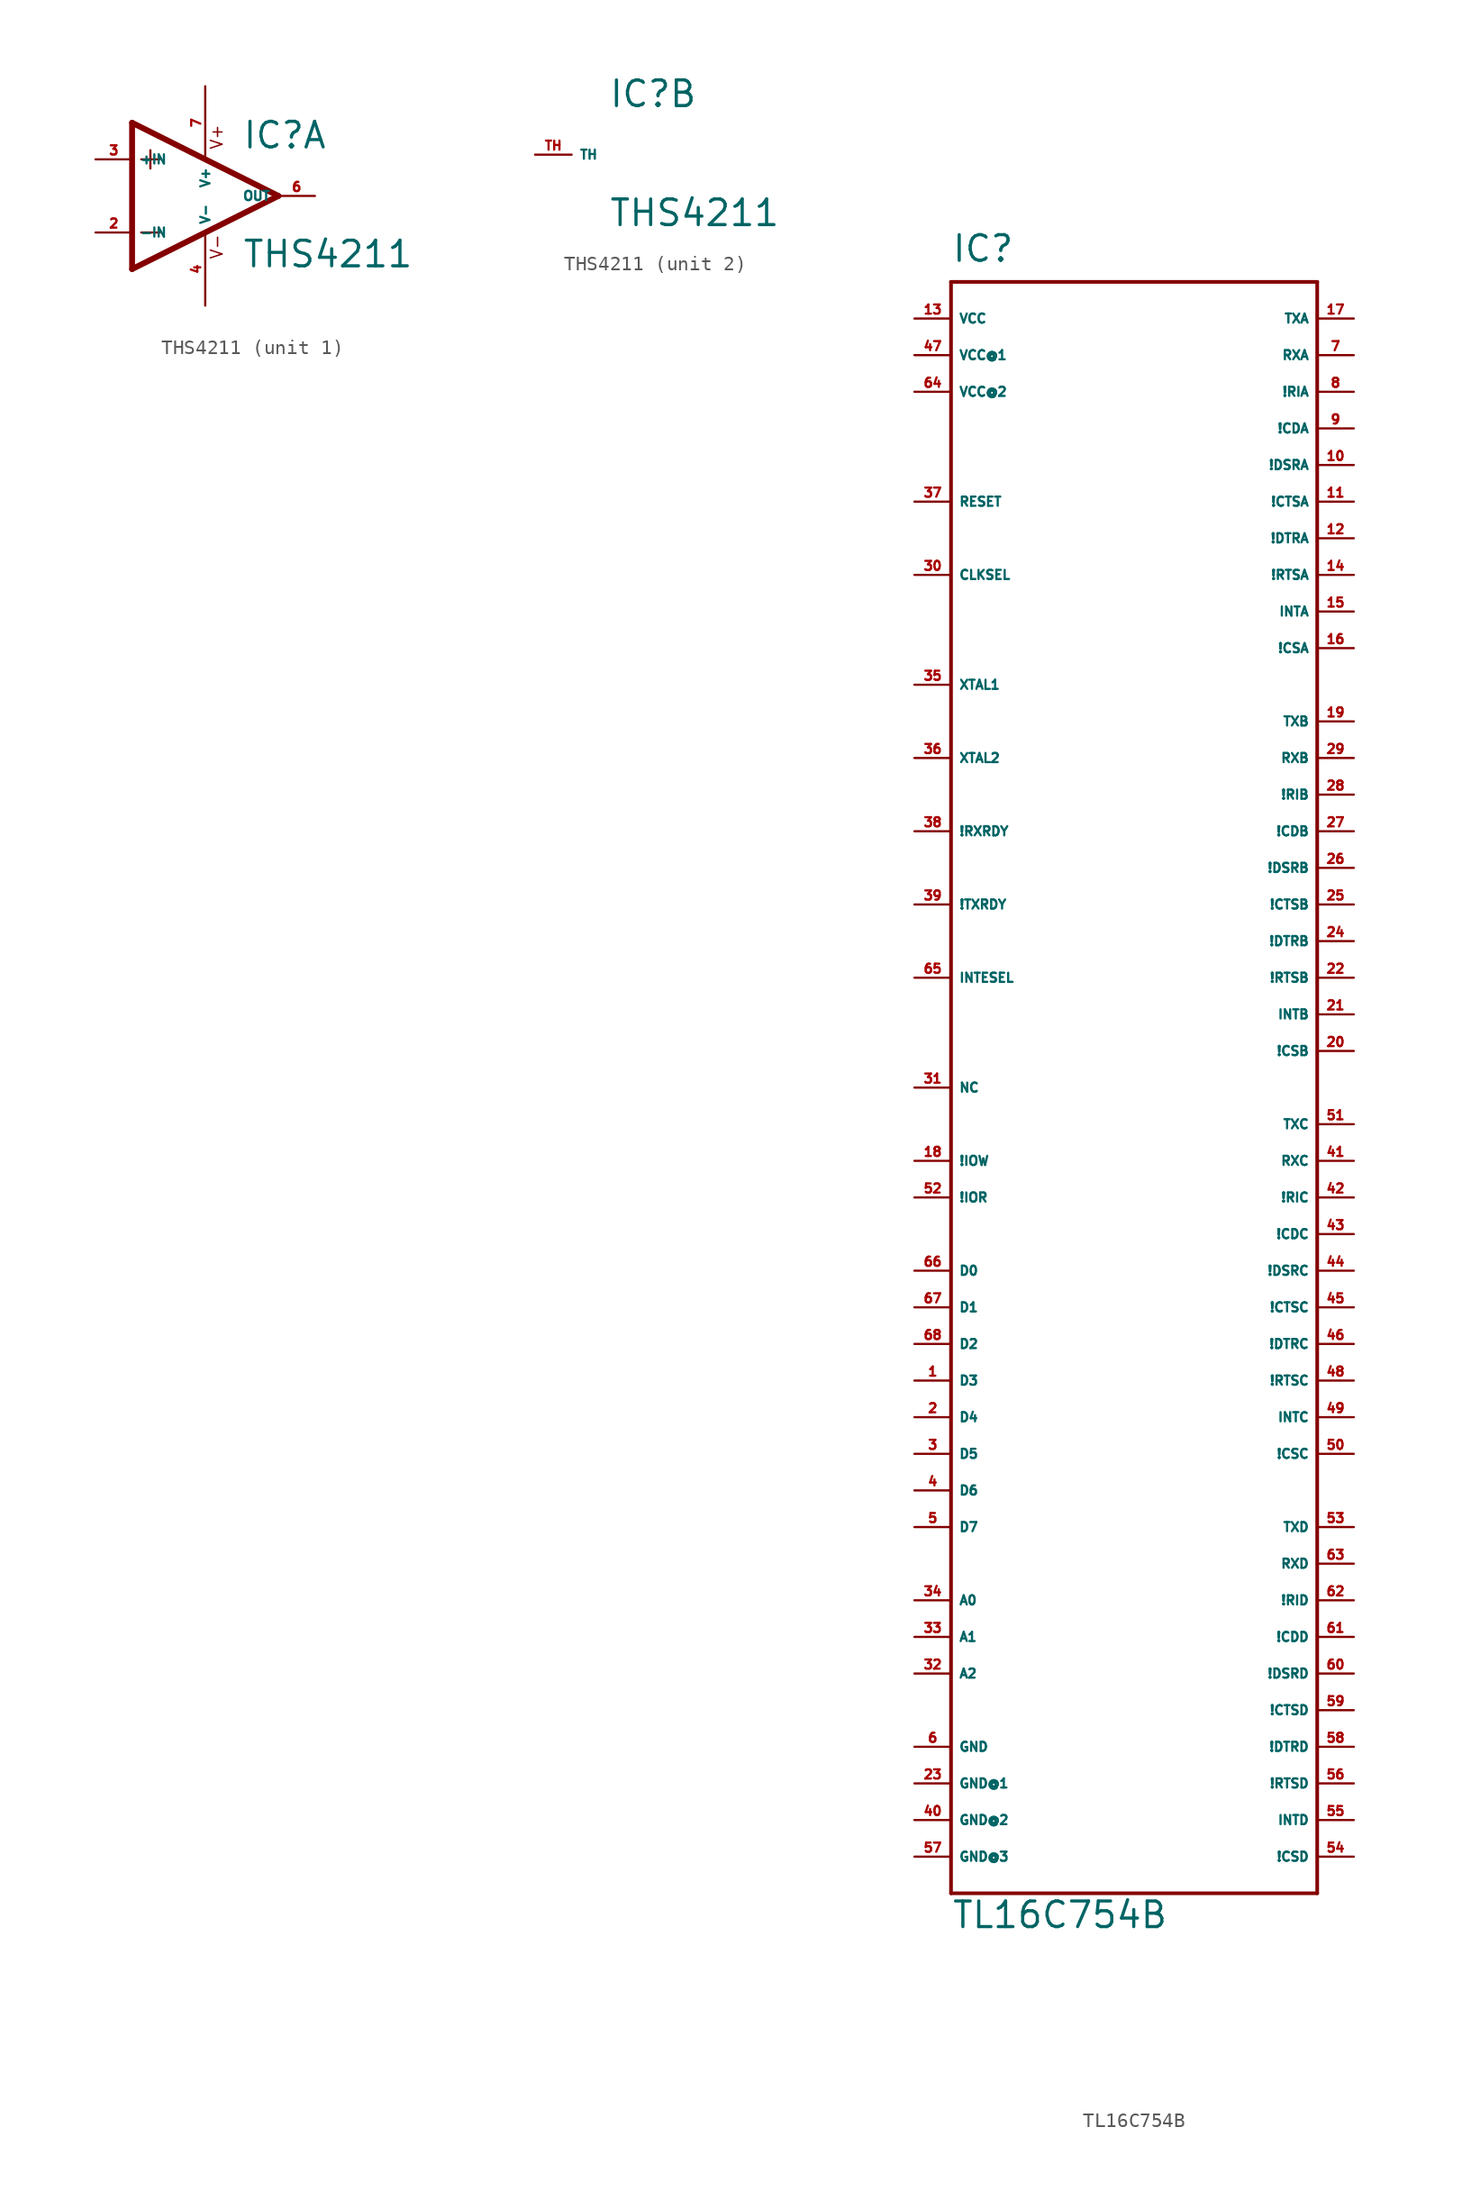
<source format=kicad_sym>
(kicad_symbol_lib
  (version 20220914)
  (generator Eagle2Kicad)
  (symbol "THS4211"
    (property "Reference" "IC"
      (at 2.54 3.175 0)
      (effects (font (size 1.778 1.778) (thickness 0.22)) (justify left bottom)))
    (property "Value" "THS4211"
      (at 2.54 -5.08 0)
      (effects (font (size 1.778 1.778) (thickness 0.22)) (justify left bottom)))
    (symbol "THS4211_1_0"
      (polyline (pts (xy -5.08 5.08) (xy -5.08 -5.08)) (stroke (width 0.406) (type default)) (fill (type none)))
      (polyline (pts (xy -5.08 -5.08) (xy 5.08 0)) (stroke (width 0.406) (type default)) (fill (type none)))
      (polyline (pts (xy 5.08 0) (xy -5.08 5.08)) (stroke (width 0.406) (type default)) (fill (type none)))
      (polyline (pts (xy -3.81 3.175) (xy -3.81 1.905)) (stroke (width 0.152) (type default)) (fill (type none)))
      (polyline (pts (xy -4.445 2.54) (xy -3.175 2.54)) (stroke (width 0.152) (type default)) (fill (type none)))
      (polyline (pts (xy -4.445 -2.54) (xy -3.175 -2.54)) (stroke (width 0.152) (type default)) (fill (type none)))
      (text "V+" (at 1.27 3.175 900) (effects (font (size 0.813 0.813) (thickness 0.10)) (justify left bottom)))
      (text "V-" (at 1.27 -4.445 900) (effects (font (size 0.813 0.813) (thickness 0.10)) (justify left bottom)))
      (pin input line (at -7.62 -2.54 0) (length 2.54) (name "-IN" (effects (font (size 0.635 0.635) (thickness 0.08)) (justify left bottom))) (number "2" (effects (font (size 0.635 0.635) (thickness 0.08)) (justify left bottom))))
      (pin input line (at -7.62 2.54 0) (length 2.54) (name "+IN" (effects (font (size 0.635 0.635) (thickness 0.08)) (justify left bottom))) (number "3" (effects (font (size 0.635 0.635) (thickness 0.08)) (justify left bottom))))
      (pin output line (at 7.62 0 180) (length 2.54) (name "OUT" (effects (font (size 0.635 0.635) (thickness 0.08)) (justify left bottom))) (number "6" (effects (font (size 0.635 0.635) (thickness 0.08)) (justify left bottom))))
      (pin unspecified line (at 0 7.62 270) (length 5.08) (name "V+" (effects (font (size 0.635 0.635) (thickness 0.08)) (justify left bottom))) (number "7" (effects (font (size 0.635 0.635) (thickness 0.08)) (justify left bottom))))
      (pin unspecified line (at 0 -7.62 90) (length 5.08) (name "V-" (effects (font (size 0.635 0.635) (thickness 0.08)) (justify left bottom))) (number "4" (effects (font (size 0.635 0.635) (thickness 0.08)) (justify left bottom)))))
    (symbol "THS4211_2_0"
      (pin passive line (at -2.54 0 0) (length 2.54) (name "TH" (effects (font (size 0.635 0.635) (thickness 0.08)) (justify left bottom))) (number "TH" (effects (font (size 0.635 0.635) (thickness 0.08)) (justify left bottom))))))
  (symbol "TL16C754B"
    (property "Reference" "IC"
      (at -12.7 54.61 0)
      (effects (font (size 1.778 1.778) (thickness 0.22)) (justify left bottom)))
    (property "Value" "TL16C754B"
      (at -12.7 -60.96 0)
      (effects (font (size 1.778 1.778) (thickness 0.22)) (justify left bottom)))
    (polyline
      (pts (xy -12.7 53.34) (xy 12.7 53.34))
      (stroke (width 0.254) (type default))
      (fill (type none)))
    (polyline
      (pts (xy 12.7 53.34) (xy 12.7 -58.42))
      (stroke (width 0.254) (type default))
      (fill (type none)))
    (polyline
      (pts (xy 12.7 -58.42) (xy -12.7 -58.42))
      (stroke (width 0.254) (type default))
      (fill (type none)))
    (polyline
      (pts (xy -12.7 -58.42) (xy -12.7 53.34))
      (stroke (width 0.254) (type default))
      (fill (type none)))
    (pin bidirectional line
      (at -15.24 -15.24 0)
      (length 2.54)
      (name "D0" (effects (font (size 0.635 0.635) (thickness 0.08)) (justify left bottom)))
      (number "66" (effects (font (size 0.635 0.635) (thickness 0.08)) (justify left bottom))))
    (pin bidirectional line
      (at -15.24 -17.78 0)
      (length 2.54)
      (name "D1" (effects (font (size 0.635 0.635) (thickness 0.08)) (justify left bottom)))
      (number "67" (effects (font (size 0.635 0.635) (thickness 0.08)) (justify left bottom))))
    (pin bidirectional line
      (at -15.24 -20.32 0)
      (length 2.54)
      (name "D2" (effects (font (size 0.635 0.635) (thickness 0.08)) (justify left bottom)))
      (number "68" (effects (font (size 0.635 0.635) (thickness 0.08)) (justify left bottom))))
    (pin bidirectional line
      (at -15.24 -22.86 0)
      (length 2.54)
      (name "D3" (effects (font (size 0.635 0.635) (thickness 0.08)) (justify left bottom)))
      (number "1" (effects (font (size 0.635 0.635) (thickness 0.08)) (justify left bottom))))
    (pin bidirectional line
      (at -15.24 -25.4 0)
      (length 2.54)
      (name "D4" (effects (font (size 0.635 0.635) (thickness 0.08)) (justify left bottom)))
      (number "2" (effects (font (size 0.635 0.635) (thickness 0.08)) (justify left bottom))))
    (pin bidirectional line
      (at -15.24 -27.94 0)
      (length 2.54)
      (name "D5" (effects (font (size 0.635 0.635) (thickness 0.08)) (justify left bottom)))
      (number "3" (effects (font (size 0.635 0.635) (thickness 0.08)) (justify left bottom))))
    (pin bidirectional line
      (at -15.24 -30.48 0)
      (length 2.54)
      (name "D6" (effects (font (size 0.635 0.635) (thickness 0.08)) (justify left bottom)))
      (number "4" (effects (font (size 0.635 0.635) (thickness 0.08)) (justify left bottom))))
    (pin bidirectional line
      (at -15.24 -33.02 0)
      (length 2.54)
      (name "D7" (effects (font (size 0.635 0.635) (thickness 0.08)) (justify left bottom)))
      (number "5" (effects (font (size 0.635 0.635) (thickness 0.08)) (justify left bottom))))
    (pin bidirectional line
      (at -15.24 -48.26 0)
      (length 2.54)
      (name "GND" (effects (font (size 0.635 0.635) (thickness 0.08)) (justify left bottom)))
      (number "6" (effects (font (size 0.635 0.635) (thickness 0.08)) (justify left bottom))))
    (pin bidirectional line
      (at 15.24 48.26 180)
      (length 2.54)
      (name "RXA" (effects (font (size 0.635 0.635) (thickness 0.08)) (justify left bottom)))
      (number "7" (effects (font (size 0.635 0.635) (thickness 0.08)) (justify left bottom))))
    (pin bidirectional line
      (at 15.24 45.72 180)
      (length 2.54)
      (name "!RIA" (effects (font (size 0.635 0.635) (thickness 0.08)) (justify left bottom)))
      (number "8" (effects (font (size 0.635 0.635) (thickness 0.08)) (justify left bottom))))
    (pin bidirectional line
      (at 15.24 43.18 180)
      (length 2.54)
      (name "!CDA" (effects (font (size 0.635 0.635) (thickness 0.08)) (justify left bottom)))
      (number "9" (effects (font (size 0.635 0.635) (thickness 0.08)) (justify left bottom))))
    (pin bidirectional line
      (at 15.24 40.64 180)
      (length 2.54)
      (name "!DSRA" (effects (font (size 0.635 0.635) (thickness 0.08)) (justify left bottom)))
      (number "10" (effects (font (size 0.635 0.635) (thickness 0.08)) (justify left bottom))))
    (pin bidirectional line
      (at 15.24 38.1 180)
      (length 2.54)
      (name "!CTSA" (effects (font (size 0.635 0.635) (thickness 0.08)) (justify left bottom)))
      (number "11" (effects (font (size 0.635 0.635) (thickness 0.08)) (justify left bottom))))
    (pin bidirectional line
      (at 15.24 35.56 180)
      (length 2.54)
      (name "!DTRA" (effects (font (size 0.635 0.635) (thickness 0.08)) (justify left bottom)))
      (number "12" (effects (font (size 0.635 0.635) (thickness 0.08)) (justify left bottom))))
    (pin bidirectional line
      (at -15.24 50.8 0)
      (length 2.54)
      (name "VCC" (effects (font (size 0.635 0.635) (thickness 0.08)) (justify left bottom)))
      (number "13" (effects (font (size 0.635 0.635) (thickness 0.08)) (justify left bottom))))
    (pin bidirectional line
      (at 15.24 33.02 180)
      (length 2.54)
      (name "!RTSA" (effects (font (size 0.635 0.635) (thickness 0.08)) (justify left bottom)))
      (number "14" (effects (font (size 0.635 0.635) (thickness 0.08)) (justify left bottom))))
    (pin bidirectional line
      (at 15.24 30.48 180)
      (length 2.54)
      (name "INTA" (effects (font (size 0.635 0.635) (thickness 0.08)) (justify left bottom)))
      (number "15" (effects (font (size 0.635 0.635) (thickness 0.08)) (justify left bottom))))
    (pin bidirectional line
      (at 15.24 27.94 180)
      (length 2.54)
      (name "!CSA" (effects (font (size 0.635 0.635) (thickness 0.08)) (justify left bottom)))
      (number "16" (effects (font (size 0.635 0.635) (thickness 0.08)) (justify left bottom))))
    (pin bidirectional line
      (at 15.24 50.8 180)
      (length 2.54)
      (name "TXA" (effects (font (size 0.635 0.635) (thickness 0.08)) (justify left bottom)))
      (number "17" (effects (font (size 0.635 0.635) (thickness 0.08)) (justify left bottom))))
    (pin bidirectional line
      (at -15.24 -7.62 0)
      (length 2.54)
      (name "!IOW" (effects (font (size 0.635 0.635) (thickness 0.08)) (justify left bottom)))
      (number "18" (effects (font (size 0.635 0.635) (thickness 0.08)) (justify left bottom))))
    (pin bidirectional line
      (at 15.24 22.86 180)
      (length 2.54)
      (name "TXB" (effects (font (size 0.635 0.635) (thickness 0.08)) (justify left bottom)))
      (number "19" (effects (font (size 0.635 0.635) (thickness 0.08)) (justify left bottom))))
    (pin bidirectional line
      (at 15.24 0 180)
      (length 2.54)
      (name "!CSB" (effects (font (size 0.635 0.635) (thickness 0.08)) (justify left bottom)))
      (number "20" (effects (font (size 0.635 0.635) (thickness 0.08)) (justify left bottom))))
    (pin bidirectional line
      (at 15.24 2.54 180)
      (length 2.54)
      (name "INTB" (effects (font (size 0.635 0.635) (thickness 0.08)) (justify left bottom)))
      (number "21" (effects (font (size 0.635 0.635) (thickness 0.08)) (justify left bottom))))
    (pin bidirectional line
      (at 15.24 5.08 180)
      (length 2.54)
      (name "!RTSB" (effects (font (size 0.635 0.635) (thickness 0.08)) (justify left bottom)))
      (number "22" (effects (font (size 0.635 0.635) (thickness 0.08)) (justify left bottom))))
    (pin bidirectional line
      (at -15.24 -50.8 0)
      (length 2.54)
      (name "GND@1" (effects (font (size 0.635 0.635) (thickness 0.08)) (justify left bottom)))
      (number "23" (effects (font (size 0.635 0.635) (thickness 0.08)) (justify left bottom))))
    (pin bidirectional line
      (at 15.24 7.62 180)
      (length 2.54)
      (name "!DTRB" (effects (font (size 0.635 0.635) (thickness 0.08)) (justify left bottom)))
      (number "24" (effects (font (size 0.635 0.635) (thickness 0.08)) (justify left bottom))))
    (pin bidirectional line
      (at 15.24 10.16 180)
      (length 2.54)
      (name "!CTSB" (effects (font (size 0.635 0.635) (thickness 0.08)) (justify left bottom)))
      (number "25" (effects (font (size 0.635 0.635) (thickness 0.08)) (justify left bottom))))
    (pin bidirectional line
      (at 15.24 12.7 180)
      (length 2.54)
      (name "!DSRB" (effects (font (size 0.635 0.635) (thickness 0.08)) (justify left bottom)))
      (number "26" (effects (font (size 0.635 0.635) (thickness 0.08)) (justify left bottom))))
    (pin bidirectional line
      (at 15.24 15.24 180)
      (length 2.54)
      (name "!CDB" (effects (font (size 0.635 0.635) (thickness 0.08)) (justify left bottom)))
      (number "27" (effects (font (size 0.635 0.635) (thickness 0.08)) (justify left bottom))))
    (pin bidirectional line
      (at 15.24 17.78 180)
      (length 2.54)
      (name "!RIB" (effects (font (size 0.635 0.635) (thickness 0.08)) (justify left bottom)))
      (number "28" (effects (font (size 0.635 0.635) (thickness 0.08)) (justify left bottom))))
    (pin bidirectional line
      (at 15.24 20.32 180)
      (length 2.54)
      (name "RXB" (effects (font (size 0.635 0.635) (thickness 0.08)) (justify left bottom)))
      (number "29" (effects (font (size 0.635 0.635) (thickness 0.08)) (justify left bottom))))
    (pin bidirectional line
      (at -15.24 33.02 0)
      (length 2.54)
      (name "CLKSEL" (effects (font (size 0.635 0.635) (thickness 0.08)) (justify left bottom)))
      (number "30" (effects (font (size 0.635 0.635) (thickness 0.08)) (justify left bottom))))
    (pin bidirectional line
      (at -15.24 -2.54 0)
      (length 2.54)
      (name "NC" (effects (font (size 0.635 0.635) (thickness 0.08)) (justify left bottom)))
      (number "31" (effects (font (size 0.635 0.635) (thickness 0.08)) (justify left bottom))))
    (pin bidirectional line
      (at -15.24 -38.1 0)
      (length 2.54)
      (name "A0" (effects (font (size 0.635 0.635) (thickness 0.08)) (justify left bottom)))
      (number "34" (effects (font (size 0.635 0.635) (thickness 0.08)) (justify left bottom))))
    (pin bidirectional line
      (at -15.24 -40.64 0)
      (length 2.54)
      (name "A1" (effects (font (size 0.635 0.635) (thickness 0.08)) (justify left bottom)))
      (number "33" (effects (font (size 0.635 0.635) (thickness 0.08)) (justify left bottom))))
    (pin bidirectional line
      (at -15.24 -43.18 0)
      (length 2.54)
      (name "A2" (effects (font (size 0.635 0.635) (thickness 0.08)) (justify left bottom)))
      (number "32" (effects (font (size 0.635 0.635) (thickness 0.08)) (justify left bottom))))
    (pin bidirectional line
      (at -15.24 25.4 0)
      (length 2.54)
      (name "XTAL1" (effects (font (size 0.635 0.635) (thickness 0.08)) (justify left bottom)))
      (number "35" (effects (font (size 0.635 0.635) (thickness 0.08)) (justify left bottom))))
    (pin bidirectional line
      (at -15.24 20.32 0)
      (length 2.54)
      (name "XTAL2" (effects (font (size 0.635 0.635) (thickness 0.08)) (justify left bottom)))
      (number "36" (effects (font (size 0.635 0.635) (thickness 0.08)) (justify left bottom))))
    (pin bidirectional line
      (at -15.24 38.1 0)
      (length 2.54)
      (name "RESET" (effects (font (size 0.635 0.635) (thickness 0.08)) (justify left bottom)))
      (number "37" (effects (font (size 0.635 0.635) (thickness 0.08)) (justify left bottom))))
    (pin bidirectional line
      (at -15.24 15.24 0)
      (length 2.54)
      (name "!RXRDY" (effects (font (size 0.635 0.635) (thickness 0.08)) (justify left bottom)))
      (number "38" (effects (font (size 0.635 0.635) (thickness 0.08)) (justify left bottom))))
    (pin bidirectional line
      (at -15.24 10.16 0)
      (length 2.54)
      (name "!TXRDY" (effects (font (size 0.635 0.635) (thickness 0.08)) (justify left bottom)))
      (number "39" (effects (font (size 0.635 0.635) (thickness 0.08)) (justify left bottom))))
    (pin bidirectional line
      (at -15.24 -53.34 0)
      (length 2.54)
      (name "GND@2" (effects (font (size 0.635 0.635) (thickness 0.08)) (justify left bottom)))
      (number "40" (effects (font (size 0.635 0.635) (thickness 0.08)) (justify left bottom))))
    (pin bidirectional line
      (at 15.24 -7.62 180)
      (length 2.54)
      (name "RXC" (effects (font (size 0.635 0.635) (thickness 0.08)) (justify left bottom)))
      (number "41" (effects (font (size 0.635 0.635) (thickness 0.08)) (justify left bottom))))
    (pin bidirectional line
      (at 15.24 -10.16 180)
      (length 2.54)
      (name "!RIC" (effects (font (size 0.635 0.635) (thickness 0.08)) (justify left bottom)))
      (number "42" (effects (font (size 0.635 0.635) (thickness 0.08)) (justify left bottom))))
    (pin bidirectional line
      (at 15.24 -12.7 180)
      (length 2.54)
      (name "!CDC" (effects (font (size 0.635 0.635) (thickness 0.08)) (justify left bottom)))
      (number "43" (effects (font (size 0.635 0.635) (thickness 0.08)) (justify left bottom))))
    (pin bidirectional line
      (at 15.24 -15.24 180)
      (length 2.54)
      (name "!DSRC" (effects (font (size 0.635 0.635) (thickness 0.08)) (justify left bottom)))
      (number "44" (effects (font (size 0.635 0.635) (thickness 0.08)) (justify left bottom))))
    (pin bidirectional line
      (at 15.24 -17.78 180)
      (length 2.54)
      (name "!CTSC" (effects (font (size 0.635 0.635) (thickness 0.08)) (justify left bottom)))
      (number "45" (effects (font (size 0.635 0.635) (thickness 0.08)) (justify left bottom))))
    (pin bidirectional line
      (at 15.24 -20.32 180)
      (length 2.54)
      (name "!DTRC" (effects (font (size 0.635 0.635) (thickness 0.08)) (justify left bottom)))
      (number "46" (effects (font (size 0.635 0.635) (thickness 0.08)) (justify left bottom))))
    (pin bidirectional line
      (at -15.24 48.26 0)
      (length 2.54)
      (name "VCC@1" (effects (font (size 0.635 0.635) (thickness 0.08)) (justify left bottom)))
      (number "47" (effects (font (size 0.635 0.635) (thickness 0.08)) (justify left bottom))))
    (pin bidirectional line
      (at 15.24 -22.86 180)
      (length 2.54)
      (name "!RTSC" (effects (font (size 0.635 0.635) (thickness 0.08)) (justify left bottom)))
      (number "48" (effects (font (size 0.635 0.635) (thickness 0.08)) (justify left bottom))))
    (pin bidirectional line
      (at 15.24 -25.4 180)
      (length 2.54)
      (name "INTC" (effects (font (size 0.635 0.635) (thickness 0.08)) (justify left bottom)))
      (number "49" (effects (font (size 0.635 0.635) (thickness 0.08)) (justify left bottom))))
    (pin bidirectional line
      (at 15.24 -27.94 180)
      (length 2.54)
      (name "!CSC" (effects (font (size 0.635 0.635) (thickness 0.08)) (justify left bottom)))
      (number "50" (effects (font (size 0.635 0.635) (thickness 0.08)) (justify left bottom))))
    (pin bidirectional line
      (at 15.24 -5.08 180)
      (length 2.54)
      (name "TXC" (effects (font (size 0.635 0.635) (thickness 0.08)) (justify left bottom)))
      (number "51" (effects (font (size 0.635 0.635) (thickness 0.08)) (justify left bottom))))
    (pin bidirectional line
      (at -15.24 -10.16 0)
      (length 2.54)
      (name "!IOR" (effects (font (size 0.635 0.635) (thickness 0.08)) (justify left bottom)))
      (number "52" (effects (font (size 0.635 0.635) (thickness 0.08)) (justify left bottom))))
    (pin bidirectional line
      (at 15.24 -33.02 180)
      (length 2.54)
      (name "TXD" (effects (font (size 0.635 0.635) (thickness 0.08)) (justify left bottom)))
      (number "53" (effects (font (size 0.635 0.635) (thickness 0.08)) (justify left bottom))))
    (pin bidirectional line
      (at 15.24 -55.88 180)
      (length 2.54)
      (name "!CSD" (effects (font (size 0.635 0.635) (thickness 0.08)) (justify left bottom)))
      (number "54" (effects (font (size 0.635 0.635) (thickness 0.08)) (justify left bottom))))
    (pin bidirectional line
      (at 15.24 -53.34 180)
      (length 2.54)
      (name "INTD" (effects (font (size 0.635 0.635) (thickness 0.08)) (justify left bottom)))
      (number "55" (effects (font (size 0.635 0.635) (thickness 0.08)) (justify left bottom))))
    (pin bidirectional line
      (at 15.24 -50.8 180)
      (length 2.54)
      (name "!RTSD" (effects (font (size 0.635 0.635) (thickness 0.08)) (justify left bottom)))
      (number "56" (effects (font (size 0.635 0.635) (thickness 0.08)) (justify left bottom))))
    (pin bidirectional line
      (at -15.24 -55.88 0)
      (length 2.54)
      (name "GND@3" (effects (font (size 0.635 0.635) (thickness 0.08)) (justify left bottom)))
      (number "57" (effects (font (size 0.635 0.635) (thickness 0.08)) (justify left bottom))))
    (pin bidirectional line
      (at 15.24 -48.26 180)
      (length 2.54)
      (name "!DTRD" (effects (font (size 0.635 0.635) (thickness 0.08)) (justify left bottom)))
      (number "58" (effects (font (size 0.635 0.635) (thickness 0.08)) (justify left bottom))))
    (pin bidirectional line
      (at 15.24 -45.72 180)
      (length 2.54)
      (name "!CTSD" (effects (font (size 0.635 0.635) (thickness 0.08)) (justify left bottom)))
      (number "59" (effects (font (size 0.635 0.635) (thickness 0.08)) (justify left bottom))))
    (pin bidirectional line
      (at 15.24 -43.18 180)
      (length 2.54)
      (name "!DSRD" (effects (font (size 0.635 0.635) (thickness 0.08)) (justify left bottom)))
      (number "60" (effects (font (size 0.635 0.635) (thickness 0.08)) (justify left bottom))))
    (pin bidirectional line
      (at 15.24 -40.64 180)
      (length 2.54)
      (name "!CDD" (effects (font (size 0.635 0.635) (thickness 0.08)) (justify left bottom)))
      (number "61" (effects (font (size 0.635 0.635) (thickness 0.08)) (justify left bottom))))
    (pin bidirectional line
      (at 15.24 -38.1 180)
      (length 2.54)
      (name "!RID" (effects (font (size 0.635 0.635) (thickness 0.08)) (justify left bottom)))
      (number "62" (effects (font (size 0.635 0.635) (thickness 0.08)) (justify left bottom))))
    (pin bidirectional line
      (at 15.24 -35.56 180)
      (length 2.54)
      (name "RXD" (effects (font (size 0.635 0.635) (thickness 0.08)) (justify left bottom)))
      (number "63" (effects (font (size 0.635 0.635) (thickness 0.08)) (justify left bottom))))
    (pin bidirectional line
      (at -15.24 45.72 0)
      (length 2.54)
      (name "VCC@2" (effects (font (size 0.635 0.635) (thickness 0.08)) (justify left bottom)))
      (number "64" (effects (font (size 0.635 0.635) (thickness 0.08)) (justify left bottom))))
    (pin bidirectional line
      (at -15.24 5.08 0)
      (length 2.54)
      (name "INTESEL" (effects (font (size 0.635 0.635) (thickness 0.08)) (justify left bottom)))
      (number "65" (effects (font (size 0.635 0.635) (thickness 0.08)) (justify left bottom))))))
</source>
